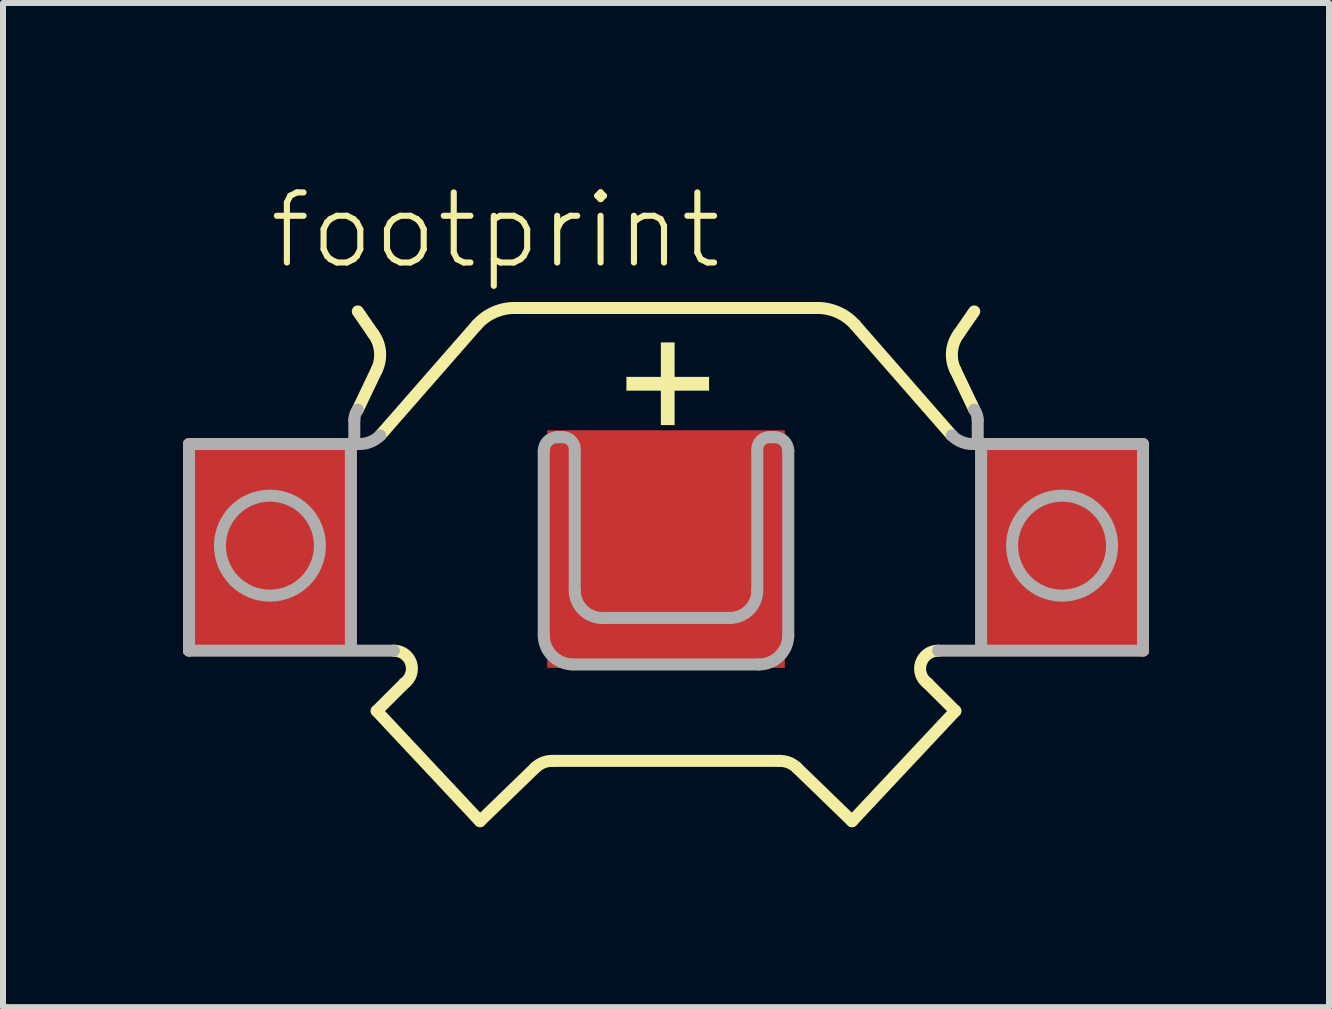
<source format=kicad_pcb>
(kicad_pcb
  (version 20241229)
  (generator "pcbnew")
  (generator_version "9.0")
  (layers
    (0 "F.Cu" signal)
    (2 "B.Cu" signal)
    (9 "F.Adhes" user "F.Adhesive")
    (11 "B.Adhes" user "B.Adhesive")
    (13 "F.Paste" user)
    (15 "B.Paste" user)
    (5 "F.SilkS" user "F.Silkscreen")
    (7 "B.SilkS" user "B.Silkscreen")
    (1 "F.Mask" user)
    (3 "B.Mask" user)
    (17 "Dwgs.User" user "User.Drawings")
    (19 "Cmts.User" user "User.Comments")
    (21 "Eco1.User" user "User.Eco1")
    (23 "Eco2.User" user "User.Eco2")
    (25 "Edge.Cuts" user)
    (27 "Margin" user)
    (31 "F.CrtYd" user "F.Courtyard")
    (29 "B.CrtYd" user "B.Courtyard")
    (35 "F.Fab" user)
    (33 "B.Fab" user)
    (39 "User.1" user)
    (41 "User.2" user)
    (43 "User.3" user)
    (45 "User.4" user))
  (footprint "footprint"
    (layer "F.Cu")
    (at 8.05 6.101)
    (property "Reference" "footprint" (at -6.664 -4.628 0) (layer "F.SilkS") (effects (font (size 1.168 1.168) (thickness 0.102)) (justify left bottom)))
    (fp_line (start -5.137 -2.325) (end -4.822 -2.985) (stroke (width 0.2) (type solid)) (layer "F.SilkS"))
    (fp_line (start -4.879 -3.587) (end -5.137 -3.961) (stroke (width 0.2) (type solid)) (layer "F.SilkS"))
    (fp_line (start -4.822 2.698) (end -3.1 4.535) (stroke (width 0.2) (type solid)) (layer "F.SilkS"))
    (fp_line (start -4.764 -1.894) (end -3.157 -3.731) (stroke (width 0.2) (type solid)) (layer "F.SilkS"))
    (fp_line (start -4.362 2.239) (end -4.822 2.698) (stroke (width 0.2) (type solid)) (layer "F.SilkS"))
    (fp_line (start -3.1 4.535) (end -2.181 3.645) (stroke (width 0.2) (type solid)) (layer "F.SilkS"))
    (fp_line (start -2.497 -4.018) (end 0.029 -4.018) (stroke (width 0.2) (type solid)) (layer "F.SilkS"))
    (fp_line (start 1.894 3.53) (end -1.894 3.53) (stroke (width 0.2) (type solid)) (layer "F.SilkS"))
    (fp_line (start 2.497 -4.018) (end -0.029 -4.018) (stroke (width 0.2) (type solid)) (layer "F.SilkS"))
    (fp_line (start 3.1 4.535) (end 2.181 3.645) (stroke (width 0.2) (type solid)) (layer "F.SilkS"))
    (fp_line (start 4.362 2.239) (end 4.822 2.698) (stroke (width 0.2) (type solid)) (layer "F.SilkS"))
    (fp_line (start 4.764 -1.894) (end 3.157 -3.731) (stroke (width 0.2) (type solid)) (layer "F.SilkS"))
    (fp_line (start 4.822 2.698) (end 3.1 4.535) (stroke (width 0.2) (type solid)) (layer "F.SilkS"))
    (fp_line (start 4.879 -3.587) (end 5.137 -3.961) (stroke (width 0.2) (type solid)) (layer "F.SilkS"))
    (fp_line (start 5.137 -2.325) (end 4.822 -2.985) (stroke (width 0.2) (type solid)) (layer "F.SilkS"))
    (fp_arc (start -4.879001 -3.5875) (mid -4.766728 -3.294109) (end -4.8216 -2.9848) (stroke (width 0.2) (type solid)) (layer "F.SilkS"))
    (fp_arc (start -4.5346 1.6933) (mid -4.248679 1.902848) (end -4.3624 2.238599) (stroke (width 0.2) (type solid)) (layer "F.SilkS"))
    (fp_arc (start -3.157 -3.731) (mid -2.859178 -3.948624) (end -2.4969 -4.018) (stroke (width 0.2) (type solid)) (layer "F.SilkS"))
    (fp_arc (start -2.1812 3.6449) (mid -2.049008 3.55923) (end -1.8942 3.530099) (stroke (width 0.2) (type solid)) (layer "F.SilkS"))
    (fp_arc (start 1.8942 3.530099) (mid 2.049008 3.55923) (end 2.1812 3.6449) (stroke (width 0.2) (type solid)) (layer "F.SilkS"))
    (fp_arc (start 2.4969 -4.018) (mid 2.859178 -3.948624) (end 3.157 -3.731) (stroke (width 0.2) (type solid)) (layer "F.SilkS"))
    (fp_arc (start 4.3624 2.238599) (mid 4.248679 1.902848) (end 4.5346 1.6933) (stroke (width 0.2) (type solid)) (layer "F.SilkS"))
    (fp_arc (start 4.8216 -2.9848) (mid 4.766728 -3.294109) (end 4.879001 -3.5875) (stroke (width 0.2) (type solid)) (layer "F.SilkS"))
    (fp_poly (pts (xy -0.66 -2.64) (xy 0.718 -2.64) (xy 0.718 -2.87) (xy -0.66 -2.87)) (stroke (width 0) (type solid)) (fill yes) (layer "F.SilkS"))
    (fp_poly (pts (xy -0.086 -2.066) (xy 0.143 -2.066) (xy 0.143 -3.444) (xy -0.086 -3.444)) (stroke (width 0) (type solid)) (fill yes) (layer "F.SilkS"))
    (fp_line (start -7.95 -1.751) (end -7.95 1.693) (stroke (width 0.2) (type solid)) (layer "F.Fab"))
    (fp_line (start -7.95 -1.751) (end -5.109 -1.751) (stroke (width 0.2) (type solid)) (layer "F.Fab"))
    (fp_line (start -7.95 1.693) (end -4.535 1.693) (stroke (width 0.2) (type solid)) (layer "F.Fab"))
    (fp_line (start -5.252 1.607) (end -5.252 -1.693) (stroke (width 0.2) (type solid)) (layer "F.Fab"))
    (fp_line (start -5.195 -1.808) (end -5.195 -2.152) (stroke (width 0.2) (type solid)) (layer "F.Fab"))
    (fp_line (start -2.038 1.435) (end -2.038 -1.636) (stroke (width 0.2) (type solid)) (layer "F.Fab"))
    (fp_line (start -1.808 -1.865) (end -1.722 -1.865) (stroke (width 0.2) (type solid)) (layer "F.Fab"))
    (fp_line (start -1.55 1.923) (end 1.55 1.923) (stroke (width 0.2) (type solid)) (layer "F.Fab"))
    (fp_line (start -1.521 -1.636) (end -1.521 0.689) (stroke (width 0.2) (type solid)) (layer "F.Fab"))
    (fp_line (start 1.062 1.148) (end -1.062 1.148) (stroke (width 0.2) (type solid)) (layer "F.Fab"))
    (fp_line (start 1.521 -1.636) (end 1.521 0.689) (stroke (width 0.2) (type solid)) (layer "F.Fab"))
    (fp_line (start 1.808 -1.865) (end 1.722 -1.865) (stroke (width 0.2) (type solid)) (layer "F.Fab"))
    (fp_line (start 2.038 1.435) (end 2.038 -1.636) (stroke (width 0.2) (type solid)) (layer "F.Fab"))
    (fp_line (start 5.195 -1.808) (end 5.195 -2.152) (stroke (width 0.2) (type solid)) (layer "F.Fab"))
    (fp_line (start 5.252 1.607) (end 5.252 -1.693) (stroke (width 0.2) (type solid)) (layer "F.Fab"))
    (fp_line (start 7.95 -1.751) (end 5.109 -1.751) (stroke (width 0.2) (type solid)) (layer "F.Fab"))
    (fp_line (start 7.95 -1.751) (end 7.95 1.693) (stroke (width 0.2) (type solid)) (layer "F.Fab"))
    (fp_line (start 7.95 1.693) (end 4.535 1.693) (stroke (width 0.2) (type solid)) (layer "F.Fab"))
    (fp_arc (start -5.1947 -2.1525) (mid -5.179972 -2.243257) (end -5.1373 -2.3247) (stroke (width 0.2) (type solid)) (layer "F.Fab"))
    (fp_arc (start -4.7642 -1.8942) (mid -4.92205 -1.78801) (end -5.1086 -1.7507) (stroke (width 0.2) (type solid)) (layer "F.Fab"))
    (fp_arc (start -2.0377 -1.6359) (mid -1.970452 -1.798252) (end -1.8081 -1.8655) (stroke (width 0.2) (type solid)) (layer "F.Fab"))
    (fp_arc (start -1.722 -1.8655) (mid -1.579942 -1.806658) (end -1.5211 -1.6646) (stroke (width 0.2) (type solid)) (layer "F.Fab"))
    (fp_arc (start -1.5498 1.9229) (mid -1.894797 1.779997) (end -2.0377 1.435) (stroke (width 0.2) (type solid)) (layer "F.Fab"))
    (fp_arc (start -1.0619 1.148) (mid -1.386603 1.013503) (end -1.5211 0.6888) (stroke (width 0.2) (type solid)) (layer "F.Fab"))
    (fp_arc (start 1.5211 -1.6646) (mid 1.579942 -1.806658) (end 1.722 -1.8655) (stroke (width 0.2) (type solid)) (layer "F.Fab"))
    (fp_arc (start 1.5211 0.6888) (mid 1.386603 1.013503) (end 1.0619 1.148) (stroke (width 0.2) (type solid)) (layer "F.Fab"))
    (fp_arc (start 1.8081 -1.8655) (mid 1.970452 -1.798252) (end 2.0377 -1.6359) (stroke (width 0.2) (type solid)) (layer "F.Fab"))
    (fp_arc (start 2.0377 1.435) (mid 1.894797 1.779997) (end 1.5498 1.9229) (stroke (width 0.2) (type solid)) (layer "F.Fab"))
    (fp_arc (start 5.1086 -1.7507) (mid 4.92205 -1.78801) (end 4.7642 -1.8942) (stroke (width 0.2) (type solid)) (layer "F.Fab"))
    (fp_arc (start 5.1373 -2.3247) (mid 5.179972 -2.243257) (end 5.1947 -2.1525) (stroke (width 0.2) (type solid)) (layer "F.Fab"))
    (fp_circle (center -6.601 -0.057) (end -5.768 -0.057) (stroke (width 0.2) (type solid)) (fill no) (layer "F.Fab"))
    (fp_circle (center 6.601 -0.057) (end 7.434 -0.057) (stroke (width 0.2) (type solid)) (fill no) (layer "F.Fab"))
    (pad "+@1" smd rect (at -6.6 0) (size 2.9 3.5) (layers "F.Cu" "F.Mask" "F.Paste"))
    (pad "+@2" smd rect (at 6.6 0) (size 2.9 3.5) (layers "F.Cu" "F.Mask" "F.Paste"))
    (pad "-" smd rect (at 0 0) (size 3.96 3.96) (layers "F.Cu" "F.Mask" "F.Paste")))
  (gr_rect
    (start -3 -3)
    (end 19.1 13.735)
    (stroke (width 0.1) (type default))
    (fill no)
    (layer "Edge.Cuts")))
</source>
